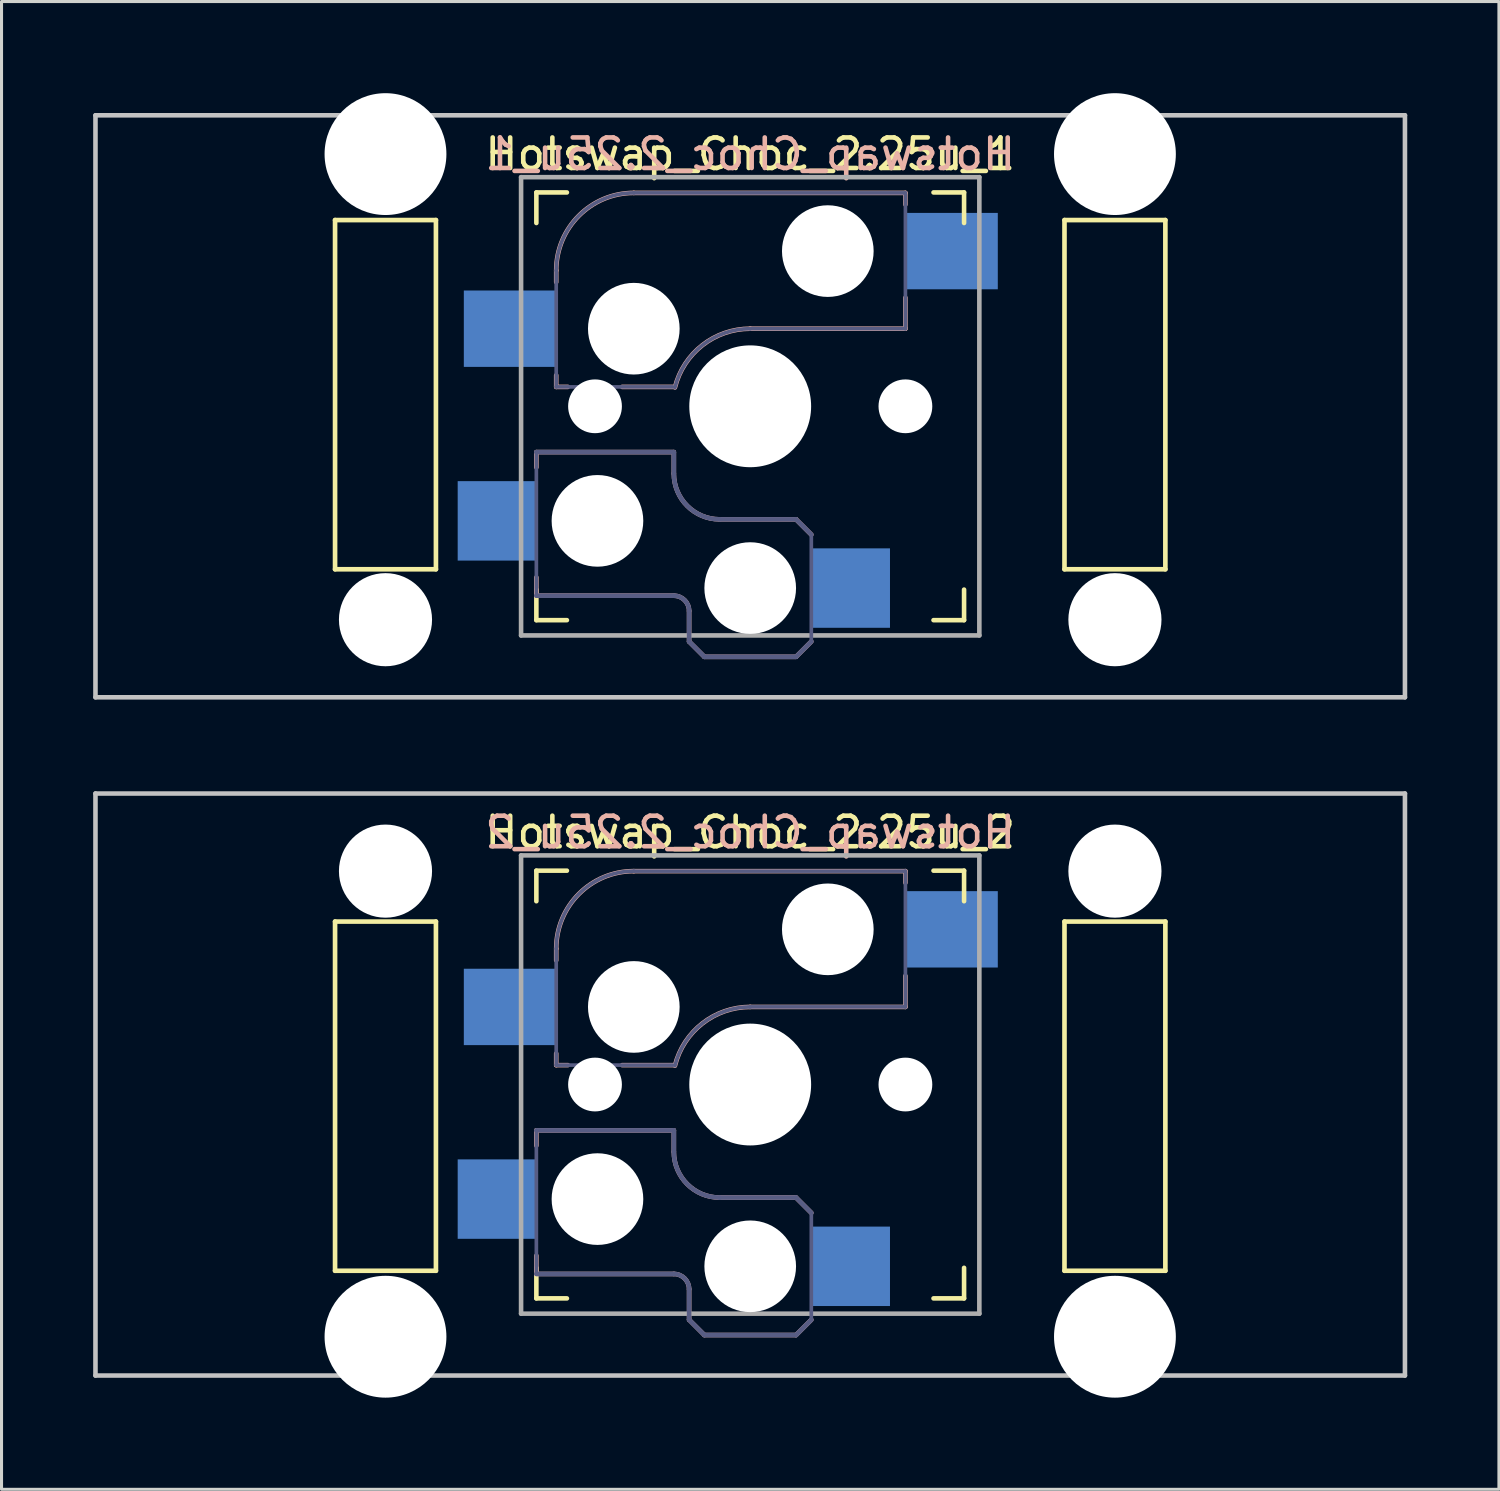
<source format=kicad_pcb>
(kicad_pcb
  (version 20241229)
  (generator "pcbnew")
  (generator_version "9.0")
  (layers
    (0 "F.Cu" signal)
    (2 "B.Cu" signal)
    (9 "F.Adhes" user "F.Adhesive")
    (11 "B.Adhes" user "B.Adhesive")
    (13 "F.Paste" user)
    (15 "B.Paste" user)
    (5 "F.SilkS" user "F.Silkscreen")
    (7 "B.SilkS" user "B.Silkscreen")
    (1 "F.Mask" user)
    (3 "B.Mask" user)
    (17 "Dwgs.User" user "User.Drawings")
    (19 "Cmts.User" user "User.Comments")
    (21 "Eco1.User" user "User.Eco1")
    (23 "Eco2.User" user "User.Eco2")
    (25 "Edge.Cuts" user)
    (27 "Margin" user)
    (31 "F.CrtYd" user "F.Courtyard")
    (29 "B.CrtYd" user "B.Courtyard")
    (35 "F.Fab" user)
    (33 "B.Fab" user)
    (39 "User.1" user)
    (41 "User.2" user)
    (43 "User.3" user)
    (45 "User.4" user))
  (footprint "Hotswap_Choc_2.25u_1"
    (layer "F.Cu")
    (at 21.506 10.249)
    (property "Reference" "Hotswap_Choc_2.25u_1" (at 0 -8.255 0) (layer "F.SilkS") (effects (font (size 1 1) (thickness 0.15))))
    (attr through_hole)
    (fp_line (start -13.589 -6.096) (end -13.589 5.334) (stroke (width 0.152) (type solid)) (layer "F.SilkS"))
    (fp_line (start -13.589 5.334) (end -10.287 5.334) (stroke (width 0.152) (type solid)) (layer "F.SilkS"))
    (fp_line (start -10.287 -6.096) (end -13.589 -6.096) (stroke (width 0.152) (type solid)) (layer "F.SilkS"))
    (fp_line (start -10.287 5.334) (end -10.287 -6.096) (stroke (width 0.152) (type solid)) (layer "F.SilkS"))
    (fp_line (start -7 -6) (end -7 -7) (stroke (width 0.15) (type solid)) (layer "F.SilkS"))
    (fp_line (start -7 7) (end -7 6) (stroke (width 0.15) (type solid)) (layer "F.SilkS"))
    (fp_line (start -7 7) (end -6 7) (stroke (width 0.15) (type solid)) (layer "F.SilkS"))
    (fp_line (start -6 -7) (end -7 -7) (stroke (width 0.15) (type solid)) (layer "F.SilkS"))
    (fp_line (start 6 7) (end 7 7) (stroke (width 0.15) (type solid)) (layer "F.SilkS"))
    (fp_line (start 7 -7) (end 6 -7) (stroke (width 0.15) (type solid)) (layer "F.SilkS"))
    (fp_line (start 7 -7) (end 7 -6) (stroke (width 0.15) (type solid)) (layer "F.SilkS"))
    (fp_line (start 7 6) (end 7 7) (stroke (width 0.15) (type solid)) (layer "F.SilkS"))
    (fp_line (start 10.287 -6.096) (end 10.287 5.334) (stroke (width 0.152) (type solid)) (layer "F.SilkS"))
    (fp_line (start 10.287 5.334) (end 13.589 5.334) (stroke (width 0.152) (type solid)) (layer "F.SilkS"))
    (fp_line (start 13.589 -6.096) (end 10.287 -6.096) (stroke (width 0.152) (type solid)) (layer "F.SilkS"))
    (fp_line (start 13.589 5.334) (end 13.589 -6.096) (stroke (width 0.152) (type solid)) (layer "F.SilkS"))
    (fp_line (start -7 1.5) (end -7 2) (stroke (width 0.15) (type solid)) (layer "B.SilkS"))
    (fp_line (start -7 5.6) (end -7 6.2) (stroke (width 0.15) (type solid)) (layer "B.SilkS"))
    (fp_line (start -7 6.2) (end -2.5 6.2) (stroke (width 0.15) (type solid)) (layer "B.SilkS"))
    (fp_line (start -6.35 -4.445) (end -6.35 -4.064) (stroke (width 0.15) (type solid)) (layer "B.SilkS"))
    (fp_line (start -6.35 -1.016) (end -6.35 -0.635) (stroke (width 0.15) (type solid)) (layer "B.SilkS"))
    (fp_line (start -6.35 -0.635) (end -5.969 -0.635) (stroke (width 0.15) (type solid)) (layer "B.SilkS"))
    (fp_line (start -4.191 -0.635) (end -2.54 -0.635) (stroke (width 0.15) (type solid)) (layer "B.SilkS"))
    (fp_line (start -2.5 1.5) (end -7 1.5) (stroke (width 0.15) (type solid)) (layer "B.SilkS"))
    (fp_line (start -2.5 2.2) (end -2.5 1.5) (stroke (width 0.15) (type solid)) (layer "B.SilkS"))
    (fp_line (start -2 6.7) (end -2 7.7) (stroke (width 0.15) (type solid)) (layer "B.SilkS"))
    (fp_line (start -1.5 8.2) (end -2 7.7) (stroke (width 0.15) (type solid)) (layer "B.SilkS"))
    (fp_line (start 0 -2.54) (end 5.08 -2.54) (stroke (width 0.15) (type solid)) (layer "B.SilkS"))
    (fp_line (start 1.5 3.7) (end -1 3.7) (stroke (width 0.15) (type solid)) (layer "B.SilkS"))
    (fp_line (start 1.5 8.2) (end -1.5 8.2) (stroke (width 0.15) (type solid)) (layer "B.SilkS"))
    (fp_line (start 2 4.2) (end 1.5 3.7) (stroke (width 0.15) (type solid)) (layer "B.SilkS"))
    (fp_line (start 2 7.7) (end 1.5 8.2) (stroke (width 0.15) (type solid)) (layer "B.SilkS"))
    (fp_line (start 5.08 -6.985) (end -3.81 -6.985) (stroke (width 0.15) (type solid)) (layer "B.SilkS"))
    (fp_line (start 5.08 -6.604) (end 5.08 -6.985) (stroke (width 0.15) (type solid)) (layer "B.SilkS"))
    (fp_line (start 5.08 -2.54) (end 5.08 -3.556) (stroke (width 0.15) (type solid)) (layer "B.SilkS"))
    (fp_arc (start -6.35 -4.445) (mid -5.606051 -6.241051) (end -3.81 -6.985) (stroke (width 0.15) (type solid)) (layer "B.SilkS"))
    (fp_arc (start -2.5 6.2) (mid -2.146447 6.346447) (end -2 6.7) (stroke (width 0.15) (type solid)) (layer "B.SilkS"))
    (fp_arc (start -2.464162 -0.61604) (mid -1.563147 -2.002042) (end 0 -2.54) (stroke (width 0.15) (type solid)) (layer "B.SilkS"))
    (fp_arc (start -1 3.7) (mid -2.06066 3.26066) (end -2.5 2.2) (stroke (width 0.15) (type solid)) (layer "B.SilkS"))
    (fp_line (start -21.431 -9.525) (end 21.431 -9.525) (stroke (width 0.15) (type solid)) (layer "Dwgs.User"))
    (fp_line (start -21.431 9.525) (end -21.431 -9.525) (stroke (width 0.15) (type solid)) (layer "Dwgs.User"))
    (fp_line (start 21.431 -9.525) (end 21.431 9.525) (stroke (width 0.15) (type solid)) (layer "Dwgs.User"))
    (fp_line (start 21.431 9.525) (end -21.431 9.525) (stroke (width 0.15) (type solid)) (layer "Dwgs.User"))
    (fp_line (start -6.9 6.9) (end -6.9 -6.9) (stroke (width 0.15) (type solid)) (layer "Eco2.User"))
    (fp_line (start -6.9 6.9) (end 6.9 6.9) (stroke (width 0.15) (type solid)) (layer "Eco2.User"))
    (fp_line (start 6.9 -6.9) (end -6.9 -6.9) (stroke (width 0.15) (type solid)) (layer "Eco2.User"))
    (fp_line (start 6.9 -6.9) (end 6.9 6.9) (stroke (width 0.15) (type solid)) (layer "Eco2.User"))
    (fp_line (start -7 1.5) (end -7 6.2) (stroke (width 0.12) (type solid)) (layer "B.Fab"))
    (fp_line (start -7 6.2) (end -2.5 6.2) (stroke (width 0.15) (type solid)) (layer "B.Fab"))
    (fp_line (start -6.35 -4.445) (end -6.35 -0.635) (stroke (width 0.12) (type solid)) (layer "B.Fab"))
    (fp_line (start -6.35 -0.635) (end -2.54 -0.635) (stroke (width 0.12) (type solid)) (layer "B.Fab"))
    (fp_line (start -2.5 1.5) (end -7 1.5) (stroke (width 0.15) (type solid)) (layer "B.Fab"))
    (fp_line (start -2.5 2.2) (end -2.5 1.5) (stroke (width 0.15) (type solid)) (layer "B.Fab"))
    (fp_line (start -2 6.7) (end -2 7.7) (stroke (width 0.15) (type solid)) (layer "B.Fab"))
    (fp_line (start -1.5 8.2) (end -2 7.7) (stroke (width 0.15) (type solid)) (layer "B.Fab"))
    (fp_line (start 0 -2.54) (end 5.08 -2.54) (stroke (width 0.12) (type solid)) (layer "B.Fab"))
    (fp_line (start 1.5 3.7) (end -1 3.7) (stroke (width 0.15) (type solid)) (layer "B.Fab"))
    (fp_line (start 1.5 8.2) (end -1.5 8.2) (stroke (width 0.15) (type solid)) (layer "B.Fab"))
    (fp_line (start 2 4.2) (end 1.5 3.7) (stroke (width 0.15) (type solid)) (layer "B.Fab"))
    (fp_line (start 2 4.25) (end 2 7.7) (stroke (width 0.12) (type solid)) (layer "B.Fab"))
    (fp_line (start 2 7.7) (end 1.5 8.2) (stroke (width 0.15) (type solid)) (layer "B.Fab"))
    (fp_line (start 5.08 -6.985) (end -3.81 -6.985) (stroke (width 0.12) (type solid)) (layer "B.Fab"))
    (fp_line (start 5.08 -2.54) (end 5.08 -6.985) (stroke (width 0.12) (type solid)) (layer "B.Fab"))
    (fp_arc (start -6.35 -4.445) (mid -5.606051 -6.241051) (end -3.81 -6.985) (stroke (width 0.12) (type solid)) (layer "B.Fab"))
    (fp_arc (start -2.5 6.2) (mid -2.146447 6.346447) (end -2 6.7) (stroke (width 0.15) (type solid)) (layer "B.Fab"))
    (fp_arc (start -2.464162 -0.61604) (mid -1.563147 -2.002042) (end 0 -2.54) (stroke (width 0.12) (type solid)) (layer "B.Fab"))
    (fp_arc (start -1 3.7) (mid -2.06066 3.26066) (end -2.5 2.2) (stroke (width 0.15) (type solid)) (layer "B.Fab"))
    (fp_line (start -7.5 -7.5) (end 7.5 -7.5) (stroke (width 0.15) (type solid)) (layer "F.Fab"))
    (fp_line (start -7.5 7.5) (end -7.5 -7.5) (stroke (width 0.15) (type solid)) (layer "F.Fab"))
    (fp_line (start 7.5 -7.5) (end 7.5 7.5) (stroke (width 0.15) (type solid)) (layer "F.Fab"))
    (fp_line (start 7.5 7.5) (end -7.5 7.5) (stroke (width 0.15) (type solid)) (layer "F.Fab"))
    (fp_text user "${REFERENCE}" (at 0 -8.255 0) (layer "B.SilkS") (effects (font (size 1 1) (thickness 0.15)) (justify mirror)))
    (pad "" np_thru_hole circle (at -11.938 -8.255 180) (size 3.988 3.988) (drill 3.988) (layers "*.Cu" "*.Mask"))
    (pad "" np_thru_hole circle (at -11.938 6.985 180) (size 3.048 3.048) (drill 3.048) (layers "*.Cu" "*.Mask"))
    (pad "" np_thru_hole circle (at -5.08 0 180) (size 1.76 1.76) (drill 1.76) (layers "*.Cu" "*.Mask"))
    (pad "" np_thru_hole circle (at -5 3.75) (size 3 3) (drill 3) (layers "*.Cu" "*.Mask"))
    (pad "" np_thru_hole circle (at -3.81 -2.54 180) (size 3 3) (drill 3) (layers "*.Cu" "*.Mask"))
    (pad "" np_thru_hole circle (at 0 0 180) (size 3.988 3.988) (drill 3.988) (layers "*.Cu" "*.Mask"))
    (pad "" np_thru_hole circle (at 0 5.95) (size 3 3) (drill 3) (layers "*.Cu" "*.Mask"))
    (pad "" np_thru_hole circle (at 2.54 -5.08 180) (size 3 3) (drill 3) (layers "*.Cu" "*.Mask"))
    (pad "" np_thru_hole circle (at 5.08 0 180) (size 1.76 1.76) (drill 1.76) (layers "*.Cu" "*.Mask"))
    (pad "" np_thru_hole circle (at 11.938 -8.255 180) (size 3.988 3.988) (drill 3.988) (layers "*.Cu" "*.Mask"))
    (pad "" np_thru_hole circle (at 11.938 6.985 180) (size 3.048 3.048) (drill 3.048) (layers "*.Cu" "*.Mask"))
    (pad "1" smd rect (at -8.275 3.75) (size 2.6 2.6) (layers "B.Cu" "B.Mask" "B.Paste"))
    (pad "1" smd rect (at -7.874 -2.54 180) (size 3 2.5) (layers "B.Cu" "B.Mask" "B.Paste"))
    (pad "2" smd rect (at 3.275 5.95) (size 2.6 2.6) (layers "B.Cu" "B.Mask" "B.Paste"))
    (pad "2" smd rect (at 6.604 -5.08 180) (size 3 2.5) (layers "B.Cu" "B.Mask" "B.Paste")))
  (footprint "Hotswap_Choc_2.25u_2"
    (layer "F.Cu")
    (at 21.506 32.449)
    (property "Reference" "Hotswap_Choc_2.25u_2" (at 0 -8.255 0) (layer "F.SilkS") (effects (font (size 1 1) (thickness 0.15))))
    (attr through_hole)
    (fp_line (start -13.589 -5.334) (end -13.589 6.096) (stroke (width 0.152) (type solid)) (layer "F.SilkS"))
    (fp_line (start -13.589 6.096) (end -10.287 6.096) (stroke (width 0.152) (type solid)) (layer "F.SilkS"))
    (fp_line (start -10.287 -5.334) (end -13.589 -5.334) (stroke (width 0.152) (type solid)) (layer "F.SilkS"))
    (fp_line (start -10.287 6.096) (end -10.287 -5.334) (stroke (width 0.152) (type solid)) (layer "F.SilkS"))
    (fp_line (start -7 -6) (end -7 -7) (stroke (width 0.15) (type solid)) (layer "F.SilkS"))
    (fp_line (start -7 7) (end -7 6) (stroke (width 0.15) (type solid)) (layer "F.SilkS"))
    (fp_line (start -7 7) (end -6 7) (stroke (width 0.15) (type solid)) (layer "F.SilkS"))
    (fp_line (start -6 -7) (end -7 -7) (stroke (width 0.15) (type solid)) (layer "F.SilkS"))
    (fp_line (start 6 7) (end 7 7) (stroke (width 0.15) (type solid)) (layer "F.SilkS"))
    (fp_line (start 7 -7) (end 6 -7) (stroke (width 0.15) (type solid)) (layer "F.SilkS"))
    (fp_line (start 7 -7) (end 7 -6) (stroke (width 0.15) (type solid)) (layer "F.SilkS"))
    (fp_line (start 7 6) (end 7 7) (stroke (width 0.15) (type solid)) (layer "F.SilkS"))
    (fp_line (start 10.287 -5.334) (end 10.287 6.096) (stroke (width 0.152) (type solid)) (layer "F.SilkS"))
    (fp_line (start 10.287 6.096) (end 13.589 6.096) (stroke (width 0.152) (type solid)) (layer "F.SilkS"))
    (fp_line (start 13.589 -5.334) (end 10.287 -5.334) (stroke (width 0.152) (type solid)) (layer "F.SilkS"))
    (fp_line (start 13.589 6.096) (end 13.589 -5.334) (stroke (width 0.152) (type solid)) (layer "F.SilkS"))
    (fp_line (start -7 1.5) (end -7 2) (stroke (width 0.15) (type solid)) (layer "B.SilkS"))
    (fp_line (start -7 5.6) (end -7 6.2) (stroke (width 0.15) (type solid)) (layer "B.SilkS"))
    (fp_line (start -7 6.2) (end -2.5 6.2) (stroke (width 0.15) (type solid)) (layer "B.SilkS"))
    (fp_line (start -6.35 -4.445) (end -6.35 -4.064) (stroke (width 0.15) (type solid)) (layer "B.SilkS"))
    (fp_line (start -6.35 -1.016) (end -6.35 -0.635) (stroke (width 0.15) (type solid)) (layer "B.SilkS"))
    (fp_line (start -6.35 -0.635) (end -5.969 -0.635) (stroke (width 0.15) (type solid)) (layer "B.SilkS"))
    (fp_line (start -4.191 -0.635) (end -2.54 -0.635) (stroke (width 0.15) (type solid)) (layer "B.SilkS"))
    (fp_line (start -2.5 1.5) (end -7 1.5) (stroke (width 0.15) (type solid)) (layer "B.SilkS"))
    (fp_line (start -2.5 2.2) (end -2.5 1.5) (stroke (width 0.15) (type solid)) (layer "B.SilkS"))
    (fp_line (start -2 6.7) (end -2 7.7) (stroke (width 0.15) (type solid)) (layer "B.SilkS"))
    (fp_line (start -1.5 8.2) (end -2 7.7) (stroke (width 0.15) (type solid)) (layer "B.SilkS"))
    (fp_line (start 0 -2.54) (end 5.08 -2.54) (stroke (width 0.15) (type solid)) (layer "B.SilkS"))
    (fp_line (start 1.5 3.7) (end -1 3.7) (stroke (width 0.15) (type solid)) (layer "B.SilkS"))
    (fp_line (start 1.5 8.2) (end -1.5 8.2) (stroke (width 0.15) (type solid)) (layer "B.SilkS"))
    (fp_line (start 2 4.2) (end 1.5 3.7) (stroke (width 0.15) (type solid)) (layer "B.SilkS"))
    (fp_line (start 2 7.7) (end 1.5 8.2) (stroke (width 0.15) (type solid)) (layer "B.SilkS"))
    (fp_line (start 5.08 -6.985) (end -3.81 -6.985) (stroke (width 0.15) (type solid)) (layer "B.SilkS"))
    (fp_line (start 5.08 -6.604) (end 5.08 -6.985) (stroke (width 0.15) (type solid)) (layer "B.SilkS"))
    (fp_line (start 5.08 -2.54) (end 5.08 -3.556) (stroke (width 0.15) (type solid)) (layer "B.SilkS"))
    (fp_arc (start -6.35 -4.445) (mid -5.606051 -6.241051) (end -3.81 -6.985) (stroke (width 0.15) (type solid)) (layer "B.SilkS"))
    (fp_arc (start -2.5 6.2) (mid -2.146447 6.346447) (end -2 6.7) (stroke (width 0.15) (type solid)) (layer "B.SilkS"))
    (fp_arc (start -2.464162 -0.61604) (mid -1.563147 -2.002042) (end 0 -2.54) (stroke (width 0.15) (type solid)) (layer "B.SilkS"))
    (fp_arc (start -1 3.7) (mid -2.06066 3.26066) (end -2.5 2.2) (stroke (width 0.15) (type solid)) (layer "B.SilkS"))
    (fp_line (start -21.431 -9.525) (end 21.431 -9.525) (stroke (width 0.15) (type solid)) (layer "Dwgs.User"))
    (fp_line (start -21.431 9.525) (end -21.431 -9.525) (stroke (width 0.15) (type solid)) (layer "Dwgs.User"))
    (fp_line (start -21.431 9.525) (end 21.431 9.525) (stroke (width 0.15) (type solid)) (layer "Dwgs.User"))
    (fp_line (start 21.431 -9.525) (end 21.431 9.525) (stroke (width 0.15) (type solid)) (layer "Dwgs.User"))
    (fp_line (start -6.9 6.9) (end -6.9 -6.9) (stroke (width 0.15) (type solid)) (layer "Eco2.User"))
    (fp_line (start -6.9 6.9) (end 6.9 6.9) (stroke (width 0.15) (type solid)) (layer "Eco2.User"))
    (fp_line (start 6.9 -6.9) (end -6.9 -6.9) (stroke (width 0.15) (type solid)) (layer "Eco2.User"))
    (fp_line (start 6.9 -6.9) (end 6.9 6.9) (stroke (width 0.15) (type solid)) (layer "Eco2.User"))
    (fp_line (start -7 1.5) (end -7 6.2) (stroke (width 0.12) (type solid)) (layer "B.Fab"))
    (fp_line (start -7 6.2) (end -2.5 6.2) (stroke (width 0.15) (type solid)) (layer "B.Fab"))
    (fp_line (start -6.35 -4.445) (end -6.35 -0.635) (stroke (width 0.12) (type solid)) (layer "B.Fab"))
    (fp_line (start -6.35 -0.635) (end -2.54 -0.635) (stroke (width 0.12) (type solid)) (layer "B.Fab"))
    (fp_line (start -2.5 1.5) (end -7 1.5) (stroke (width 0.15) (type solid)) (layer "B.Fab"))
    (fp_line (start -2.5 2.2) (end -2.5 1.5) (stroke (width 0.15) (type solid)) (layer "B.Fab"))
    (fp_line (start -2 6.7) (end -2 7.7) (stroke (width 0.15) (type solid)) (layer "B.Fab"))
    (fp_line (start -1.5 8.2) (end -2 7.7) (stroke (width 0.15) (type solid)) (layer "B.Fab"))
    (fp_line (start 0 -2.54) (end 5.08 -2.54) (stroke (width 0.12) (type solid)) (layer "B.Fab"))
    (fp_line (start 1.5 3.7) (end -1 3.7) (stroke (width 0.15) (type solid)) (layer "B.Fab"))
    (fp_line (start 1.5 8.2) (end -1.5 8.2) (stroke (width 0.15) (type solid)) (layer "B.Fab"))
    (fp_line (start 2 4.2) (end 1.5 3.7) (stroke (width 0.15) (type solid)) (layer "B.Fab"))
    (fp_line (start 2 4.25) (end 2 7.7) (stroke (width 0.12) (type solid)) (layer "B.Fab"))
    (fp_line (start 2 7.7) (end 1.5 8.2) (stroke (width 0.15) (type solid)) (layer "B.Fab"))
    (fp_line (start 5.08 -6.985) (end -3.81 -6.985) (stroke (width 0.12) (type solid)) (layer "B.Fab"))
    (fp_line (start 5.08 -2.54) (end 5.08 -6.985) (stroke (width 0.12) (type solid)) (layer "B.Fab"))
    (fp_arc (start -6.35 -4.445) (mid -5.606051 -6.241051) (end -3.81 -6.985) (stroke (width 0.12) (type solid)) (layer "B.Fab"))
    (fp_arc (start -2.5 6.2) (mid -2.146447 6.346447) (end -2 6.7) (stroke (width 0.15) (type solid)) (layer "B.Fab"))
    (fp_arc (start -2.464162 -0.61604) (mid -1.563147 -2.002042) (end 0 -2.54) (stroke (width 0.12) (type solid)) (layer "B.Fab"))
    (fp_arc (start -1 3.7) (mid -2.06066 3.26066) (end -2.5 2.2) (stroke (width 0.15) (type solid)) (layer "B.Fab"))
    (fp_line (start -7.5 -7.5) (end 7.5 -7.5) (stroke (width 0.15) (type solid)) (layer "F.Fab"))
    (fp_line (start -7.5 7.5) (end -7.5 -7.5) (stroke (width 0.15) (type solid)) (layer "F.Fab"))
    (fp_line (start 7.5 -7.5) (end 7.5 7.5) (stroke (width 0.15) (type solid)) (layer "F.Fab"))
    (fp_line (start 7.5 7.5) (end -7.5 7.5) (stroke (width 0.15) (type solid)) (layer "F.Fab"))
    (fp_text user "${REFERENCE}" (at 0 -8.255 0) (layer "B.SilkS") (effects (font (size 1 1) (thickness 0.15)) (justify mirror)))
    (pad "" np_thru_hole circle (at -11.938 -6.985) (size 3.048 3.048) (drill 3.048) (layers "*.Cu" "*.Mask"))
    (pad "" np_thru_hole circle (at -11.938 8.255) (size 3.988 3.988) (drill 3.988) (layers "*.Cu" "*.Mask"))
    (pad "" np_thru_hole circle (at -5.08 0 180) (size 1.76 1.76) (drill 1.76) (layers "*.Cu" "*.Mask"))
    (pad "" np_thru_hole circle (at -5 3.75) (size 3 3) (drill 3) (layers "*.Cu" "*.Mask"))
    (pad "" np_thru_hole circle (at -3.81 -2.54 180) (size 3 3) (drill 3) (layers "*.Cu" "*.Mask"))
    (pad "" np_thru_hole circle (at 0 0 180) (size 3.988 3.988) (drill 3.988) (layers "*.Cu" "*.Mask"))
    (pad "" np_thru_hole circle (at 0 5.95) (size 3 3) (drill 3) (layers "*.Cu" "*.Mask"))
    (pad "" np_thru_hole circle (at 2.54 -5.08 180) (size 3 3) (drill 3) (layers "*.Cu" "*.Mask"))
    (pad "" np_thru_hole circle (at 5.08 0 180) (size 1.76 1.76) (drill 1.76) (layers "*.Cu" "*.Mask"))
    (pad "" np_thru_hole circle (at 11.938 -6.985) (size 3.048 3.048) (drill 3.048) (layers "*.Cu" "*.Mask"))
    (pad "" np_thru_hole circle (at 11.938 8.255) (size 3.988 3.988) (drill 3.988) (layers "*.Cu" "*.Mask"))
    (pad "1" smd rect (at -8.275 3.75) (size 2.6 2.6) (layers "B.Cu" "B.Mask"))
    (pad "1" smd rect (at -7.874 -2.54 180) (size 3 2.5) (layers "B.Cu" "B.Mask"))
    (pad "2" smd rect (at 3.275 5.95) (size 2.6 2.6) (layers "B.Cu" "B.Mask"))
    (pad "2" smd rect (at 6.604 -5.08 180) (size 3 2.5) (layers "B.Cu" "B.Mask")))
  (gr_rect
    (start -3 -3)
    (end 46.013 45.698)
    (stroke (width 0.1) (type default))
    (fill no)
    (layer "Edge.Cuts")))
</source>
